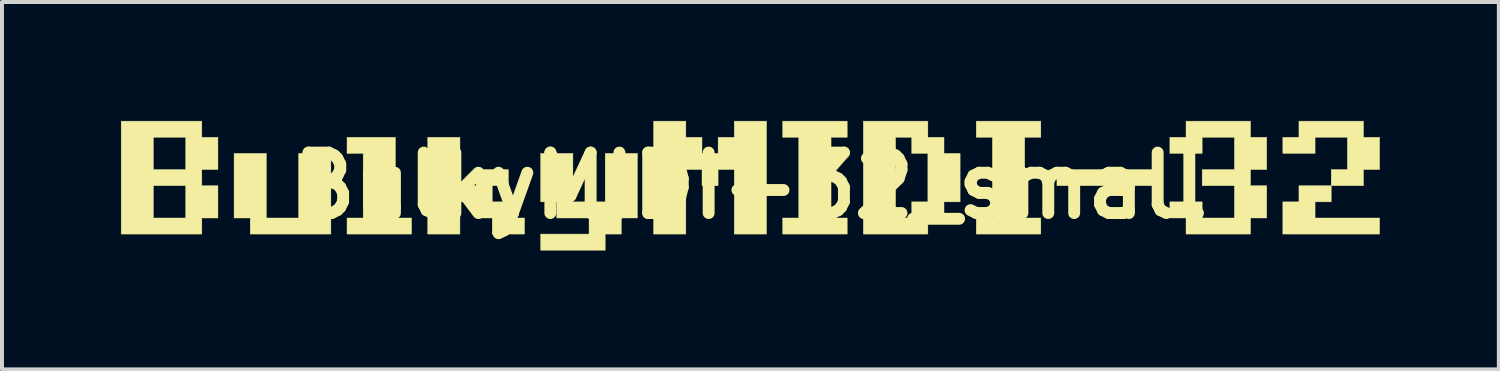
<source format=kicad_pcb>
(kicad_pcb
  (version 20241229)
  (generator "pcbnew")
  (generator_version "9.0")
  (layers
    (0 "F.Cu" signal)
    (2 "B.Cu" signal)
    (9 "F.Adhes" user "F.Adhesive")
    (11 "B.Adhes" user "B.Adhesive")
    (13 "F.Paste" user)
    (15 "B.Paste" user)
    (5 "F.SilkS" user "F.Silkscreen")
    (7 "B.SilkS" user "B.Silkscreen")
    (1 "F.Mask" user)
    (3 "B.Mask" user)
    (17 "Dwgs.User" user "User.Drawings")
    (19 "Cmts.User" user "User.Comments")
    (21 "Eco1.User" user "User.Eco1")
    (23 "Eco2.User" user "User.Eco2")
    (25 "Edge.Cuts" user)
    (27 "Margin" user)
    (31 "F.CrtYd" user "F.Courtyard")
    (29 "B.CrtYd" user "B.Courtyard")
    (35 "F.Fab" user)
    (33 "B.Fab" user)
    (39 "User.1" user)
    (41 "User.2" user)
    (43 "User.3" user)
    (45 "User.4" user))
  (footprint "BulkyMIDI-32_small"
    (layer "F.Cu")
    (at 15.87 1.632)
    (property "Reference" "BulkyMIDI-32_small" (at 0 0 0) (layer "F.SilkS") (effects (font (size 1.524 1.524) (thickness 0.3))))
    (attr through_hole)
    (fp_poly (pts (xy 10.17 0) (xy 7.729 0) (xy 7.729 -0.407) (xy 10.17 -0.407) (xy 10.17 0)) (stroke (width 0.01) (type solid)) (fill yes) (layer "F.SilkS"))
    (fp_poly (pts (xy -12.204 0.814) (xy -11.391 0.814) (xy -11.391 -0.814) (xy -10.577 -0.814) (xy -10.577 1.22) (xy -12.611 1.22) (xy -12.611 0.814) (xy -13.018 0.814) (xy -13.018 -0.814) (xy -12.204 -0.814) (xy -12.204 0.814)) (stroke (width 0.01) (type solid)) (fill yes) (layer "F.SilkS"))
    (fp_poly (pts (xy -8.95 0.814) (xy -8.543 0.814) (xy -8.543 1.22) (xy -10.17 1.22) (xy -10.17 0.814) (xy -9.763 0.814) (xy -9.763 -0.814) (xy -10.17 -0.814) (xy -10.17 -1.22) (xy -8.95 -1.22) (xy -8.95 0.814)) (stroke (width 0.01) (type solid)) (fill yes) (layer "F.SilkS"))
    (fp_poly (pts (xy 14.645 0.407) (xy 14.238 0.407) (xy 14.238 0.814) (xy 15.865 0.814) (xy 15.865 1.22) (xy 13.425 1.22) (xy 13.425 0.407) (xy 13.831 0.407) (xy 13.831 0) (xy 14.645 0) (xy 14.645 0.407)) (stroke (width 0.01) (type solid)) (fill yes) (layer "F.SilkS"))
    (fp_poly (pts (xy 2.441 -1.22) (xy 2.034 -1.22) (xy 2.034 0.814) (xy 2.441 0.814) (xy 2.441 1.22) (xy 0.814 1.22) (xy 0.814 0.814) (xy 1.22 0.814) (xy 1.22 -1.22) (xy 0.814 -1.22) (xy 0.814 -1.627) (xy 2.441 -1.627) (xy 2.441 -1.22)) (stroke (width 0.01) (type solid)) (fill yes) (layer "F.SilkS"))
    (fp_poly (pts (xy 7.323 -1.22) (xy 6.916 -1.22) (xy 6.916 0.814) (xy 7.323 0.814) (xy 7.323 1.22) (xy 5.695 1.22) (xy 5.695 0.814) (xy 6.102 0.814) (xy 6.102 -1.22) (xy 5.695 -1.22) (xy 5.695 -1.627) (xy 7.323 -1.627) (xy 7.323 -1.22)) (stroke (width 0.01) (type solid)) (fill yes) (layer "F.SilkS"))
    (fp_poly (pts (xy 14.645 -0.407) (xy 15.052 -0.407) (xy 15.052 -1.22) (xy 14.238 -1.22) (xy 14.238 -0.814) (xy 13.425 -0.814) (xy 13.425 -1.22) (xy 13.831 -1.22) (xy 13.831 -1.627) (xy 15.459 -1.627) (xy 15.459 -1.22) (xy 15.865 -1.22) (xy 15.865 -0.407) (xy 15.459 -0.407) (xy 15.459 0) (xy 14.645 0) (xy 14.645 -0.407)) (stroke (width 0.01) (type solid)) (fill yes) (layer "F.SilkS"))
    (fp_poly (pts (xy -4.475 0.407) (xy -3.661 0.407) (xy -3.661 -0.814) (xy -2.848 -0.814) (xy -2.848 0.814) (xy -3.254 0.814) (xy -3.254 1.22) (xy -3.661 1.22) (xy -3.661 1.627) (xy -5.288 1.627) (xy -5.288 1.22) (xy -4.068 1.22) (xy -4.068 0.814) (xy -4.882 0.814) (xy -4.882 0.407) (xy -5.288 0.407) (xy -5.288 -0.814) (xy -4.475 -0.814) (xy -4.475 0.407)) (stroke (width 0.01) (type solid)) (fill yes) (layer "F.SilkS"))
    (fp_poly (pts (xy -7.323 0) (xy -6.916 0) (xy -6.916 -0.407) (xy -6.102 -0.407) (xy -6.102 0) (xy -6.509 0) (xy -6.509 0.407) (xy -6.102 0.407) (xy -6.102 0.814) (xy -5.695 0.814) (xy -5.695 1.22) (xy -6.509 1.22) (xy -6.509 0.814) (xy -6.916 0.814) (xy -6.916 0.407) (xy -7.323 0.407) (xy -7.323 1.22) (xy -8.136 1.22) (xy -8.136 -1.22) (xy -7.323 -1.22) (xy -7.323 0)) (stroke (width 0.01) (type solid)) (fill yes) (layer "F.SilkS"))
    (fp_poly (pts (xy -1.627 -1.22) (xy -1.22 -1.22) (xy -1.22 -0.814) (xy -0.814 -0.814) (xy -0.814 -1.22) (xy -0.407 -1.22) (xy -0.407 -1.627) (xy 0.407 -1.627) (xy 0.407 1.22) (xy -0.407 1.22) (xy -0.407 -0.407) (xy -0.814 -0.407) (xy -0.814 0) (xy -1.22 0) (xy -1.22 -0.407) (xy -1.627 -0.407) (xy -1.627 1.22) (xy -2.441 1.22) (xy -2.441 -1.627) (xy -1.627 -1.627) (xy -1.627 -1.22)) (stroke (width 0.01) (type solid)) (fill yes) (layer "F.SilkS"))
    (fp_poly (pts (xy 4.475 -1.22) (xy 4.882 -1.22) (xy 4.882 -0.814) (xy 5.288 -0.814) (xy 5.288 0.407) (xy 4.882 0.407) (xy 4.882 0.814) (xy 4.475 0.814) (xy 4.475 1.22) (xy 2.848 1.22) (xy 2.848 -1.22) (xy 3.661 -1.22) (xy 3.661 0.814) (xy 4.068 0.814) (xy 4.068 0.407) (xy 4.475 0.407) (xy 4.475 -0.814) (xy 4.068 -0.814) (xy 4.068 -1.22) (xy 3.661 -1.22) (xy 2.848 -1.22) (xy 2.848 -1.627) (xy 4.475 -1.627) (xy 4.475 -1.22)) (stroke (width 0.01) (type solid)) (fill yes) (layer "F.SilkS"))
    (fp_poly (pts (xy -13.831 -1.22) (xy -13.425 -1.22) (xy -13.425 -0.407) (xy -13.831 -0.407) (xy -13.831 0) (xy -13.425 0) (xy -13.425 0.814) (xy -13.831 0.814) (xy -13.831 1.22) (xy -15.865 1.22) (xy -15.865 0) (xy -15.052 0) (xy -15.052 0.814) (xy -14.238 0.814) (xy -14.238 0) (xy -15.052 0) (xy -15.865 0) (xy -15.865 -1.22) (xy -15.052 -1.22) (xy -15.052 -0.407) (xy -14.238 -0.407) (xy -14.238 -1.22) (xy -15.052 -1.22) (xy -15.865 -1.22) (xy -15.865 -1.627) (xy -13.831 -1.627) (xy -13.831 -1.22)) (stroke (width 0.01) (type solid)) (fill yes) (layer "F.SilkS"))
    (fp_poly (pts (xy 12.611 -1.22) (xy 13.018 -1.22) (xy 13.018 -0.407) (xy 12.611 -0.407) (xy 12.611 0) (xy 13.018 0) (xy 13.018 0.814) (xy 12.611 0.814) (xy 12.611 1.22) (xy 10.984 1.22) (xy 10.984 0.814) (xy 10.577 0.814) (xy 10.577 0.407) (xy 11.391 0.407) (xy 11.391 0.814) (xy 12.204 0.814) (xy 12.204 0) (xy 11.391 0) (xy 11.391 -0.407) (xy 12.204 -0.407) (xy 12.204 -1.22) (xy 11.391 -1.22) (xy 11.391 -0.814) (xy 10.577 -0.814) (xy 10.577 -1.22) (xy 10.984 -1.22) (xy 10.984 -1.627) (xy 12.611 -1.627) (xy 12.611 -1.22)) (stroke (width 0.01) (type solid)) (fill yes) (layer "F.SilkS")))
  (gr_rect
    (start -3 -3)
    (end 34.741 6.264)
    (stroke (width 0.1) (type default))
    (fill no)
    (layer "Edge.Cuts")))
</source>
